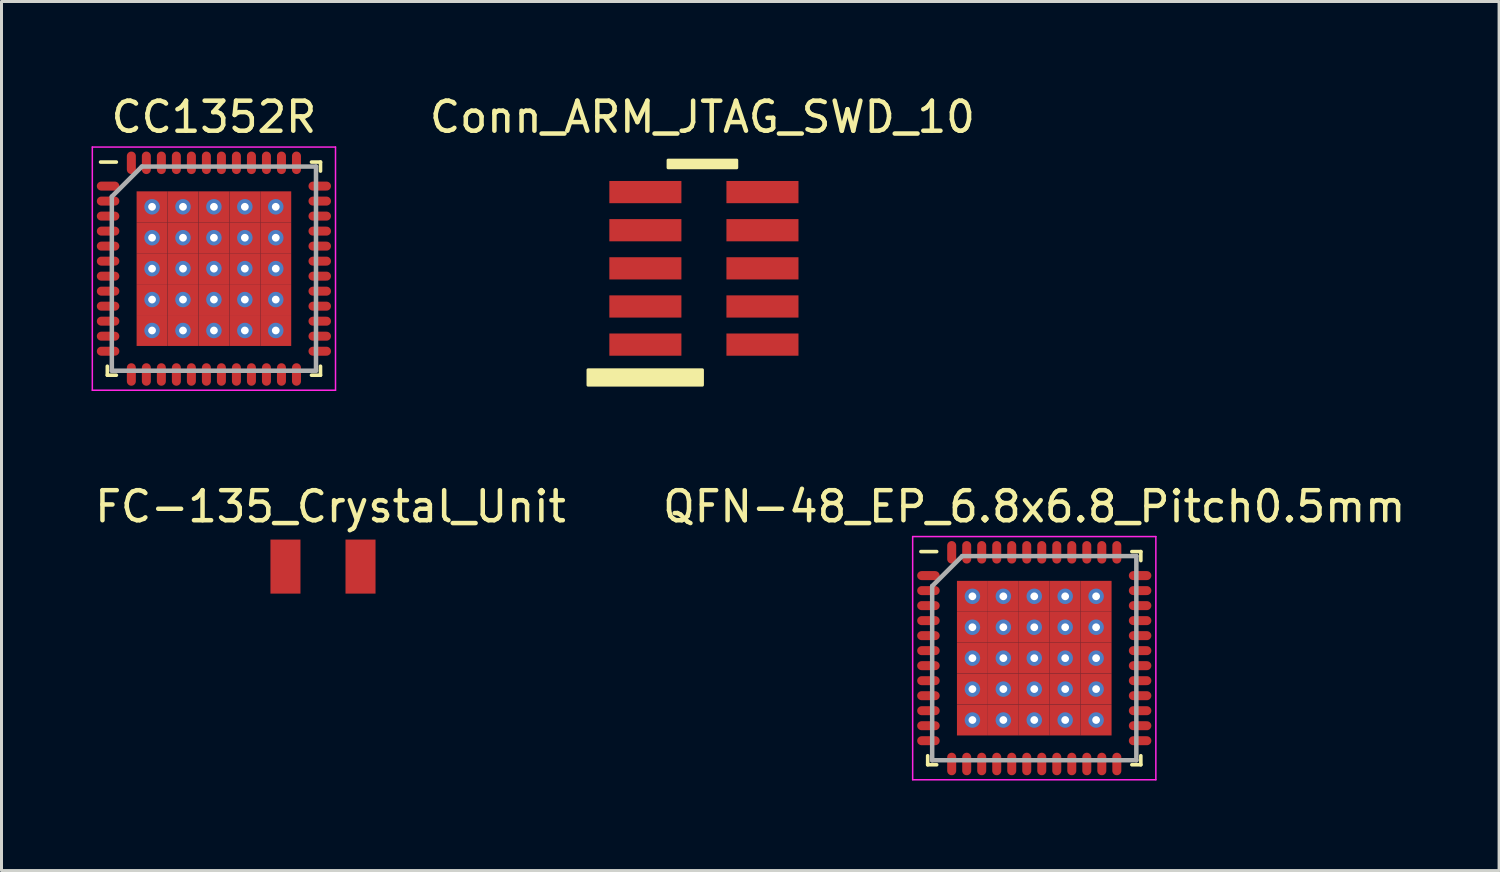
<source format=kicad_pcb>
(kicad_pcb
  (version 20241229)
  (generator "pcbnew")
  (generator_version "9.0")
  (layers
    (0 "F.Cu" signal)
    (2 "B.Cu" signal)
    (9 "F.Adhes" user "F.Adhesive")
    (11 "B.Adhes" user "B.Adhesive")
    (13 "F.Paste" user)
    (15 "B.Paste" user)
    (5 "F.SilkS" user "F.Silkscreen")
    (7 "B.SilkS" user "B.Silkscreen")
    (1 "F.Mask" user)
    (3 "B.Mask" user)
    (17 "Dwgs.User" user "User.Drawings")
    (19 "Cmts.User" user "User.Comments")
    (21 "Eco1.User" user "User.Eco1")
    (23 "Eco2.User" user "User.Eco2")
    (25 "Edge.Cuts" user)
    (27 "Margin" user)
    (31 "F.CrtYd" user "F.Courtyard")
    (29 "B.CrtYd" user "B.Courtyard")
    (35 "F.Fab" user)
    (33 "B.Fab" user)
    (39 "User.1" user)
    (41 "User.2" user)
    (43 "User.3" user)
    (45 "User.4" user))
  (footprint "FC-135_Crystal_Unit"
    (layer "F.Cu")
    (at 7.958 15.822)
    (property "Reference" "FC-135_Crystal_Unit" (at 0 -2 0) (layer "F.SilkS") (effects (font (size 1 1) (thickness 0.15))))
    (attr through_hole)
    (pad "1" smd rect (at -1.5 0) (size 1 1.8) (layers "F.Cu" "F.Mask" "F.Paste"))
    (pad "2" smd rect (at 1 0) (size 1 1.8) (layers "F.Cu" "F.Mask" "F.Paste")))
  (footprint "CC1352R"
    (layer "F.Cu")
    (at 4.075 5.898)
    (property "Reference" "CC1352R" (at 0 -5.05 0) (layer "F.SilkS") (effects (font (size 1 1) (thickness 0.15))))
    (attr smd)
    (fp_line (start -3.55 3.55) (end -3.55 3.25) (stroke (width 0.12) (type solid)) (layer "F.SilkS"))
    (fp_line (start -3.25 -3.55) (end -3.775 -3.55) (stroke (width 0.12) (type solid)) (layer "F.SilkS"))
    (fp_line (start -3.25 3.55) (end -3.55 3.55) (stroke (width 0.12) (type solid)) (layer "F.SilkS"))
    (fp_line (start 3.25 -3.55) (end 3.55 -3.55) (stroke (width 0.12) (type solid)) (layer "F.SilkS"))
    (fp_line (start 3.25 3.55) (end 3.55 3.55) (stroke (width 0.12) (type solid)) (layer "F.SilkS"))
    (fp_line (start 3.55 -3.55) (end 3.55 -3.25) (stroke (width 0.12) (type solid)) (layer "F.SilkS"))
    (fp_line (start 3.55 3.55) (end 3.55 3.25) (stroke (width 0.12) (type solid)) (layer "F.SilkS"))
    (fp_line (start -4.05 -4.05) (end 4.05 -4.05) (stroke (width 0.05) (type solid)) (layer "F.CrtYd"))
    (fp_line (start -4.05 4.05) (end -4.05 -4.05) (stroke (width 0.05) (type solid)) (layer "F.CrtYd"))
    (fp_line (start 4.05 -4.05) (end 4.05 4.05) (stroke (width 0.05) (type solid)) (layer "F.CrtYd"))
    (fp_line (start 4.05 4.05) (end -4.05 4.05) (stroke (width 0.05) (type solid)) (layer "F.CrtYd"))
    (fp_line (start -3.4 -2.4) (end -3.4 3.4) (stroke (width 0.15) (type solid)) (layer "F.Fab"))
    (fp_line (start -3.4 3.4) (end 3.4 3.4) (stroke (width 0.15) (type solid)) (layer "F.Fab"))
    (fp_line (start -2.4 -3.4) (end -3.4 -2.4) (stroke (width 0.15) (type solid)) (layer "F.Fab"))
    (fp_line (start 3.4 -3.4) (end -2.4 -3.4) (stroke (width 0.15) (type solid)) (layer "F.Fab"))
    (fp_line (start 3.4 3.4) (end 3.4 -3.4) (stroke (width 0.15) (type solid)) (layer "F.Fab"))
    (pad "1" smd oval (at -3.525 -2.75 90) (size 0.3 0.75) (layers "F.Cu" "F.Mask" "F.Paste"))
    (pad "2" smd oval (at -3.525 -2.25 90) (size 0.3 0.75) (layers "F.Cu" "F.Mask" "F.Paste"))
    (pad "3" smd oval (at -3.525 -1.75 90) (size 0.3 0.75) (layers "F.Cu" "F.Mask" "F.Paste"))
    (pad "4" smd oval (at -3.525 -1.25 90) (size 0.3 0.75) (layers "F.Cu" "F.Mask" "F.Paste"))
    (pad "5" smd oval (at -3.525 -0.75 90) (size 0.3 0.75) (layers "F.Cu" "F.Mask" "F.Paste"))
    (pad "6" smd oval (at -3.525 -0.25 90) (size 0.3 0.75) (layers "F.Cu" "F.Mask" "F.Paste"))
    (pad "7" smd oval (at -3.525 0.25 90) (size 0.3 0.75) (layers "F.Cu" "F.Mask" "F.Paste"))
    (pad "8" smd oval (at -3.525 0.75 90) (size 0.3 0.75) (layers "F.Cu" "F.Mask" "F.Paste"))
    (pad "9" smd oval (at -3.525 1.25 90) (size 0.3 0.75) (layers "F.Cu" "F.Mask" "F.Paste"))
    (pad "10" smd oval (at -3.525 1.75 90) (size 0.3 0.75) (layers "F.Cu" "F.Mask" "F.Paste"))
    (pad "11" smd oval (at -3.525 2.25 90) (size 0.3 0.75) (layers "F.Cu" "F.Mask" "F.Paste"))
    (pad "12" smd oval (at -3.525 2.75 90) (size 0.3 0.75) (layers "F.Cu" "F.Mask" "F.Paste"))
    (pad "13" smd oval (at -2.75 3.525) (size 0.3 0.75) (layers "F.Cu" "F.Mask" "F.Paste"))
    (pad "14" smd oval (at -2.25 3.525) (size 0.3 0.75) (layers "F.Cu" "F.Mask" "F.Paste"))
    (pad "15" smd oval (at -1.75 3.525) (size 0.3 0.75) (layers "F.Cu" "F.Mask" "F.Paste"))
    (pad "16" smd oval (at -1.25 3.525) (size 0.3 0.75) (layers "F.Cu" "F.Mask" "F.Paste"))
    (pad "17" smd oval (at -0.75 3.525) (size 0.3 0.75) (layers "F.Cu" "F.Mask" "F.Paste"))
    (pad "18" smd oval (at -0.25 3.525) (size 0.3 0.75) (layers "F.Cu" "F.Mask" "F.Paste"))
    (pad "19" smd oval (at 0.25 3.525) (size 0.3 0.75) (layers "F.Cu" "F.Mask" "F.Paste"))
    (pad "20" smd oval (at 0.75 3.525) (size 0.3 0.75) (layers "F.Cu" "F.Mask" "F.Paste"))
    (pad "21" smd oval (at 1.25 3.525) (size 0.3 0.75) (layers "F.Cu" "F.Mask" "F.Paste"))
    (pad "22" smd oval (at 1.75 3.525) (size 0.3 0.75) (layers "F.Cu" "F.Mask" "F.Paste"))
    (pad "23" smd oval (at 2.25 3.525) (size 0.3 0.75) (layers "F.Cu" "F.Mask" "F.Paste"))
    (pad "24" smd oval (at 2.75 3.525) (size 0.3 0.75) (layers "F.Cu" "F.Mask" "F.Paste"))
    (pad "25" smd oval (at 3.525 2.75 90) (size 0.3 0.75) (layers "F.Cu" "F.Mask" "F.Paste"))
    (pad "26" smd oval (at 3.525 2.25 90) (size 0.3 0.75) (layers "F.Cu" "F.Mask" "F.Paste"))
    (pad "27" smd oval (at 3.525 1.75 90) (size 0.3 0.75) (layers "F.Cu" "F.Mask" "F.Paste"))
    (pad "28" smd oval (at 3.525 1.25 90) (size 0.3 0.75) (layers "F.Cu" "F.Mask" "F.Paste"))
    (pad "29" smd oval (at 3.525 0.75 90) (size 0.3 0.75) (layers "F.Cu" "F.Mask" "F.Paste"))
    (pad "30" smd oval (at 3.525 0.25 90) (size 0.3 0.75) (layers "F.Cu" "F.Mask" "F.Paste"))
    (pad "31" smd oval (at 3.525 -0.25 90) (size 0.3 0.75) (layers "F.Cu" "F.Mask" "F.Paste"))
    (pad "32" smd oval (at 3.525 -0.75 90) (size 0.3 0.75) (layers "F.Cu" "F.Mask" "F.Paste"))
    (pad "33" smd oval (at 3.525 -1.25 90) (size 0.3 0.75) (layers "F.Cu" "F.Mask" "F.Paste"))
    (pad "34" smd oval (at 3.525 -1.75 90) (size 0.3 0.75) (layers "F.Cu" "F.Mask" "F.Paste"))
    (pad "35" smd oval (at 3.525 -2.25 90) (size 0.3 0.75) (layers "F.Cu" "F.Mask" "F.Paste"))
    (pad "36" smd oval (at 3.525 -2.75 90) (size 0.3 0.75) (layers "F.Cu" "F.Mask" "F.Paste"))
    (pad "37" smd oval (at 2.75 -3.525) (size 0.3 0.75) (layers "F.Cu" "F.Mask" "F.Paste"))
    (pad "38" smd oval (at 2.25 -3.525) (size 0.3 0.75) (layers "F.Cu" "F.Mask" "F.Paste"))
    (pad "39" smd oval (at 1.75 -3.525) (size 0.3 0.75) (layers "F.Cu" "F.Mask" "F.Paste"))
    (pad "40" smd oval (at 1.25 -3.525) (size 0.3 0.75) (layers "F.Cu" "F.Mask" "F.Paste"))
    (pad "41" smd oval (at 0.75 -3.525) (size 0.3 0.75) (layers "F.Cu" "F.Mask" "F.Paste"))
    (pad "42" smd oval (at 0.25 -3.525) (size 0.3 0.75) (layers "F.Cu" "F.Mask" "F.Paste"))
    (pad "43" smd oval (at -0.25 -3.525) (size 0.3 0.75) (layers "F.Cu" "F.Mask" "F.Paste"))
    (pad "44" smd oval (at -0.75 -3.525) (size 0.3 0.75) (layers "F.Cu" "F.Mask" "F.Paste"))
    (pad "45" smd oval (at -1.25 -3.525) (size 0.3 0.75) (layers "F.Cu" "F.Mask" "F.Paste"))
    (pad "46" smd oval (at -1.75 -3.525) (size 0.3 0.75) (layers "F.Cu" "F.Mask" "F.Paste"))
    (pad "47" smd oval (at -2.25 -3.525) (size 0.3 0.75) (layers "F.Cu" "F.Mask" "F.Paste"))
    (pad "48" smd oval (at -2.75 -3.525) (size 0.3 0.75) (layers "F.Cu" "F.Mask" "F.Paste"))
    (pad "49" thru_hole circle (at -2.06 -2.06) (size 0.515 0.515) (drill 0.258) (layers "*.Cu" "*.Mask"))
    (pad "49" smd rect (at -2.06 -2.06) (size 1.03 1.03) (layers "F.Cu" "F.Mask" "F.Paste"))
    (pad "49" thru_hole circle (at -2.06 -1.03) (size 0.515 0.515) (drill 0.258) (layers "*.Cu" "*.Mask"))
    (pad "49" smd rect (at -2.06 -1.03) (size 1.03 1.03) (layers "F.Cu" "F.Mask" "F.Paste"))
    (pad "49" thru_hole circle (at -2.06 0) (size 0.515 0.515) (drill 0.258) (layers "*.Cu" "*.Mask"))
    (pad "49" smd rect (at -2.06 0) (size 1.03 1.03) (layers "F.Cu" "F.Mask" "F.Paste"))
    (pad "49" thru_hole circle (at -2.06 1.03) (size 0.515 0.515) (drill 0.258) (layers "*.Cu" "*.Mask"))
    (pad "49" smd rect (at -2.06 1.03) (size 1.03 1.03) (layers "F.Cu" "F.Mask" "F.Paste"))
    (pad "49" thru_hole circle (at -2.06 2.06) (size 0.515 0.515) (drill 0.258) (layers "*.Cu" "*.Mask"))
    (pad "49" smd rect (at -2.06 2.06) (size 1.03 1.03) (layers "F.Cu" "F.Mask" "F.Paste"))
    (pad "49" thru_hole circle (at -1.03 -2.06) (size 0.515 0.515) (drill 0.258) (layers "*.Cu" "*.Mask"))
    (pad "49" smd rect (at -1.03 -2.06) (size 1.03 1.03) (layers "F.Cu" "F.Mask" "F.Paste"))
    (pad "49" thru_hole circle (at -1.03 -1.03) (size 0.515 0.515) (drill 0.258) (layers "*.Cu" "*.Mask"))
    (pad "49" smd rect (at -1.03 -1.03) (size 1.03 1.03) (layers "F.Cu" "F.Mask" "F.Paste"))
    (pad "49" thru_hole circle (at -1.03 0) (size 0.515 0.515) (drill 0.258) (layers "*.Cu" "*.Mask"))
    (pad "49" smd rect (at -1.03 0) (size 1.03 1.03) (layers "F.Cu" "F.Mask" "F.Paste"))
    (pad "49" thru_hole circle (at -1.03 1.03) (size 0.515 0.515) (drill 0.258) (layers "*.Cu" "*.Mask"))
    (pad "49" smd rect (at -1.03 1.03) (size 1.03 1.03) (layers "F.Cu" "F.Mask" "F.Paste"))
    (pad "49" thru_hole circle (at -1.03 2.06) (size 0.515 0.515) (drill 0.258) (layers "*.Cu" "*.Mask"))
    (pad "49" smd rect (at -1.03 2.06) (size 1.03 1.03) (layers "F.Cu" "F.Mask" "F.Paste"))
    (pad "49" thru_hole circle (at 0 -2.06) (size 0.515 0.515) (drill 0.258) (layers "*.Cu" "*.Mask"))
    (pad "49" smd rect (at 0 -2.06) (size 1.03 1.03) (layers "F.Cu" "F.Mask" "F.Paste"))
    (pad "49" thru_hole circle (at 0 -1.03) (size 0.515 0.515) (drill 0.258) (layers "*.Cu" "*.Mask"))
    (pad "49" smd rect (at 0 -1.03) (size 1.03 1.03) (layers "F.Cu" "F.Mask" "F.Paste"))
    (pad "49" thru_hole circle (at 0 0) (size 0.515 0.515) (drill 0.258) (layers "*.Cu" "*.Mask"))
    (pad "49" smd rect (at 0 0) (size 1.03 1.03) (layers "F.Cu" "F.Mask" "F.Paste"))
    (pad "49" thru_hole circle (at 0 1.03) (size 0.515 0.515) (drill 0.258) (layers "*.Cu" "*.Mask"))
    (pad "49" smd rect (at 0 1.03) (size 1.03 1.03) (layers "F.Cu" "F.Mask" "F.Paste"))
    (pad "49" thru_hole circle (at 0 2.06) (size 0.515 0.515) (drill 0.258) (layers "*.Cu" "*.Mask"))
    (pad "49" smd rect (at 0 2.06) (size 1.03 1.03) (layers "F.Cu" "F.Mask" "F.Paste"))
    (pad "49" thru_hole circle (at 1.03 -2.06) (size 0.515 0.515) (drill 0.258) (layers "*.Cu" "*.Mask"))
    (pad "49" smd rect (at 1.03 -2.06) (size 1.03 1.03) (layers "F.Cu" "F.Mask" "F.Paste"))
    (pad "49" thru_hole circle (at 1.03 -1.03) (size 0.515 0.515) (drill 0.258) (layers "*.Cu" "*.Mask"))
    (pad "49" smd rect (at 1.03 -1.03) (size 1.03 1.03) (layers "F.Cu" "F.Mask" "F.Paste"))
    (pad "49" thru_hole circle (at 1.03 0) (size 0.515 0.515) (drill 0.258) (layers "*.Cu" "*.Mask"))
    (pad "49" smd rect (at 1.03 0) (size 1.03 1.03) (layers "F.Cu" "F.Mask" "F.Paste"))
    (pad "49" thru_hole circle (at 1.03 1.03) (size 0.515 0.515) (drill 0.258) (layers "*.Cu" "*.Mask"))
    (pad "49" smd rect (at 1.03 1.03) (size 1.03 1.03) (layers "F.Cu" "F.Mask" "F.Paste"))
    (pad "49" thru_hole circle (at 1.03 2.06) (size 0.515 0.515) (drill 0.258) (layers "*.Cu" "*.Mask"))
    (pad "49" smd rect (at 1.03 2.06) (size 1.03 1.03) (layers "F.Cu" "F.Mask" "F.Paste"))
    (pad "49" thru_hole circle (at 2.06 -2.06) (size 0.515 0.515) (drill 0.258) (layers "*.Cu" "*.Mask"))
    (pad "49" smd rect (at 2.06 -2.06) (size 1.03 1.03) (layers "F.Cu" "F.Mask" "F.Paste"))
    (pad "49" thru_hole circle (at 2.06 -1.03) (size 0.515 0.515) (drill 0.258) (layers "*.Cu" "*.Mask"))
    (pad "49" smd rect (at 2.06 -1.03) (size 1.03 1.03) (layers "F.Cu" "F.Mask" "F.Paste"))
    (pad "49" thru_hole circle (at 2.06 0) (size 0.515 0.515) (drill 0.258) (layers "*.Cu" "*.Mask"))
    (pad "49" smd rect (at 2.06 0) (size 1.03 1.03) (layers "F.Cu" "F.Mask" "F.Paste"))
    (pad "49" thru_hole circle (at 2.06 1.03) (size 0.515 0.515) (drill 0.258) (layers "*.Cu" "*.Mask"))
    (pad "49" smd rect (at 2.06 1.03) (size 1.03 1.03) (layers "F.Cu" "F.Mask" "F.Paste"))
    (pad "49" thru_hole circle (at 2.06 2.06) (size 0.515 0.515) (drill 0.258) (layers "*.Cu" "*.Mask"))
    (pad "49" smd rect (at 2.06 2.06) (size 1.03 1.03) (layers "F.Cu" "F.Mask" "F.Paste")))
  (footprint "QFN-48_EP_6.8x6.8_Pitch0.5mm"
    (layer "F.Cu")
    (at 31.399 18.872)
    (property "Reference" "QFN-48_EP_6.8x6.8_Pitch0.5mm" (at 0 -5.05 0) (layer "F.SilkS") (effects (font (size 1 1) (thickness 0.15))))
    (attr smd)
    (fp_line (start -3.55 3.55) (end -3.55 3.25) (stroke (width 0.12) (type solid)) (layer "F.SilkS"))
    (fp_line (start -3.25 -3.55) (end -3.775 -3.55) (stroke (width 0.12) (type solid)) (layer "F.SilkS"))
    (fp_line (start -3.25 3.55) (end -3.55 3.55) (stroke (width 0.12) (type solid)) (layer "F.SilkS"))
    (fp_line (start 3.25 -3.55) (end 3.55 -3.55) (stroke (width 0.12) (type solid)) (layer "F.SilkS"))
    (fp_line (start 3.25 3.55) (end 3.55 3.55) (stroke (width 0.12) (type solid)) (layer "F.SilkS"))
    (fp_line (start 3.55 -3.55) (end 3.55 -3.25) (stroke (width 0.12) (type solid)) (layer "F.SilkS"))
    (fp_line (start 3.55 3.55) (end 3.55 3.25) (stroke (width 0.12) (type solid)) (layer "F.SilkS"))
    (fp_line (start -4.05 -4.05) (end 4.05 -4.05) (stroke (width 0.05) (type solid)) (layer "F.CrtYd"))
    (fp_line (start -4.05 4.05) (end -4.05 -4.05) (stroke (width 0.05) (type solid)) (layer "F.CrtYd"))
    (fp_line (start 4.05 -4.05) (end 4.05 4.05) (stroke (width 0.05) (type solid)) (layer "F.CrtYd"))
    (fp_line (start 4.05 4.05) (end -4.05 4.05) (stroke (width 0.05) (type solid)) (layer "F.CrtYd"))
    (fp_line (start -3.4 -2.4) (end -3.4 3.4) (stroke (width 0.15) (type solid)) (layer "F.Fab"))
    (fp_line (start -3.4 3.4) (end 3.4 3.4) (stroke (width 0.15) (type solid)) (layer "F.Fab"))
    (fp_line (start -2.4 -3.4) (end -3.4 -2.4) (stroke (width 0.15) (type solid)) (layer "F.Fab"))
    (fp_line (start 3.4 -3.4) (end -2.4 -3.4) (stroke (width 0.15) (type solid)) (layer "F.Fab"))
    (fp_line (start 3.4 3.4) (end 3.4 -3.4) (stroke (width 0.15) (type solid)) (layer "F.Fab"))
    (pad "1" smd oval (at -3.525 -2.75 90) (size 0.3 0.75) (layers "F.Cu" "F.Mask" "F.Paste"))
    (pad "2" smd oval (at -3.525 -2.25 90) (size 0.3 0.75) (layers "F.Cu" "F.Mask" "F.Paste"))
    (pad "3" smd oval (at -3.525 -1.75 90) (size 0.3 0.75) (layers "F.Cu" "F.Mask" "F.Paste"))
    (pad "4" smd oval (at -3.525 -1.25 90) (size 0.3 0.75) (layers "F.Cu" "F.Mask" "F.Paste"))
    (pad "5" smd oval (at -3.525 -0.75 90) (size 0.3 0.75) (layers "F.Cu" "F.Mask" "F.Paste"))
    (pad "6" smd oval (at -3.525 -0.25 90) (size 0.3 0.75) (layers "F.Cu" "F.Mask" "F.Paste"))
    (pad "7" smd oval (at -3.525 0.25 90) (size 0.3 0.75) (layers "F.Cu" "F.Mask" "F.Paste"))
    (pad "8" smd oval (at -3.525 0.75 90) (size 0.3 0.75) (layers "F.Cu" "F.Mask" "F.Paste"))
    (pad "9" smd oval (at -3.525 1.25 90) (size 0.3 0.75) (layers "F.Cu" "F.Mask" "F.Paste"))
    (pad "10" smd oval (at -3.525 1.75 90) (size 0.3 0.75) (layers "F.Cu" "F.Mask" "F.Paste"))
    (pad "11" smd oval (at -3.525 2.25 90) (size 0.3 0.75) (layers "F.Cu" "F.Mask" "F.Paste"))
    (pad "12" smd oval (at -3.525 2.75 90) (size 0.3 0.75) (layers "F.Cu" "F.Mask" "F.Paste"))
    (pad "13" smd oval (at -2.75 3.525) (size 0.3 0.75) (layers "F.Cu" "F.Mask" "F.Paste"))
    (pad "14" smd oval (at -2.25 3.525) (size 0.3 0.75) (layers "F.Cu" "F.Mask" "F.Paste"))
    (pad "15" smd oval (at -1.75 3.525) (size 0.3 0.75) (layers "F.Cu" "F.Mask" "F.Paste"))
    (pad "16" smd oval (at -1.25 3.525) (size 0.3 0.75) (layers "F.Cu" "F.Mask" "F.Paste"))
    (pad "17" smd oval (at -0.75 3.525) (size 0.3 0.75) (layers "F.Cu" "F.Mask" "F.Paste"))
    (pad "18" smd oval (at -0.25 3.525) (size 0.3 0.75) (layers "F.Cu" "F.Mask" "F.Paste"))
    (pad "19" smd oval (at 0.25 3.525) (size 0.3 0.75) (layers "F.Cu" "F.Mask" "F.Paste"))
    (pad "20" smd oval (at 0.75 3.525) (size 0.3 0.75) (layers "F.Cu" "F.Mask" "F.Paste"))
    (pad "21" smd oval (at 1.25 3.525) (size 0.3 0.75) (layers "F.Cu" "F.Mask" "F.Paste"))
    (pad "22" smd oval (at 1.75 3.525) (size 0.3 0.75) (layers "F.Cu" "F.Mask" "F.Paste"))
    (pad "23" smd oval (at 2.25 3.525) (size 0.3 0.75) (layers "F.Cu" "F.Mask" "F.Paste"))
    (pad "24" smd oval (at 2.75 3.525) (size 0.3 0.75) (layers "F.Cu" "F.Mask" "F.Paste"))
    (pad "25" smd oval (at 3.525 2.75 90) (size 0.3 0.75) (layers "F.Cu" "F.Mask" "F.Paste"))
    (pad "26" smd oval (at 3.525 2.25 90) (size 0.3 0.75) (layers "F.Cu" "F.Mask" "F.Paste"))
    (pad "27" smd oval (at 3.525 1.75 90) (size 0.3 0.75) (layers "F.Cu" "F.Mask" "F.Paste"))
    (pad "28" smd oval (at 3.525 1.25 90) (size 0.3 0.75) (layers "F.Cu" "F.Mask" "F.Paste"))
    (pad "29" smd oval (at 3.525 0.75 90) (size 0.3 0.75) (layers "F.Cu" "F.Mask" "F.Paste"))
    (pad "30" smd oval (at 3.525 0.25 90) (size 0.3 0.75) (layers "F.Cu" "F.Mask" "F.Paste"))
    (pad "31" smd oval (at 3.525 -0.25 90) (size 0.3 0.75) (layers "F.Cu" "F.Mask" "F.Paste"))
    (pad "32" smd oval (at 3.525 -0.75 90) (size 0.3 0.75) (layers "F.Cu" "F.Mask" "F.Paste"))
    (pad "33" smd oval (at 3.525 -1.25 90) (size 0.3 0.75) (layers "F.Cu" "F.Mask" "F.Paste"))
    (pad "34" smd oval (at 3.525 -1.75 90) (size 0.3 0.75) (layers "F.Cu" "F.Mask" "F.Paste"))
    (pad "35" smd oval (at 3.525 -2.25 90) (size 0.3 0.75) (layers "F.Cu" "F.Mask" "F.Paste"))
    (pad "36" smd oval (at 3.525 -2.75 90) (size 0.3 0.75) (layers "F.Cu" "F.Mask" "F.Paste"))
    (pad "37" smd oval (at 2.75 -3.525) (size 0.3 0.75) (layers "F.Cu" "F.Mask" "F.Paste"))
    (pad "38" smd oval (at 2.25 -3.525) (size 0.3 0.75) (layers "F.Cu" "F.Mask" "F.Paste"))
    (pad "39" smd oval (at 1.75 -3.525) (size 0.3 0.75) (layers "F.Cu" "F.Mask" "F.Paste"))
    (pad "40" smd oval (at 1.25 -3.525) (size 0.3 0.75) (layers "F.Cu" "F.Mask" "F.Paste"))
    (pad "41" smd oval (at 0.75 -3.525) (size 0.3 0.75) (layers "F.Cu" "F.Mask" "F.Paste"))
    (pad "42" smd oval (at 0.25 -3.525) (size 0.3 0.75) (layers "F.Cu" "F.Mask" "F.Paste"))
    (pad "43" smd oval (at -0.25 -3.525) (size 0.3 0.75) (layers "F.Cu" "F.Mask" "F.Paste"))
    (pad "44" smd oval (at -0.75 -3.525) (size 0.3 0.75) (layers "F.Cu" "F.Mask" "F.Paste"))
    (pad "45" smd oval (at -1.25 -3.525) (size 0.3 0.75) (layers "F.Cu" "F.Mask" "F.Paste"))
    (pad "46" smd oval (at -1.75 -3.525) (size 0.3 0.75) (layers "F.Cu" "F.Mask" "F.Paste"))
    (pad "47" smd oval (at -2.25 -3.525) (size 0.3 0.75) (layers "F.Cu" "F.Mask" "F.Paste"))
    (pad "48" smd oval (at -2.75 -3.525) (size 0.3 0.75) (layers "F.Cu" "F.Mask" "F.Paste"))
    (pad "49" thru_hole circle (at -2.06 -2.06) (size 0.515 0.515) (drill 0.258) (layers "*.Cu" "*.Mask"))
    (pad "49" smd rect (at -2.06 -2.06) (size 1.03 1.03) (layers "F.Cu" "F.Mask" "F.Paste"))
    (pad "49" thru_hole circle (at -2.06 -1.03) (size 0.515 0.515) (drill 0.258) (layers "*.Cu" "*.Mask"))
    (pad "49" smd rect (at -2.06 -1.03) (size 1.03 1.03) (layers "F.Cu" "F.Mask" "F.Paste"))
    (pad "49" thru_hole circle (at -2.06 0) (size 0.515 0.515) (drill 0.258) (layers "*.Cu" "*.Mask"))
    (pad "49" smd rect (at -2.06 0) (size 1.03 1.03) (layers "F.Cu" "F.Mask" "F.Paste"))
    (pad "49" thru_hole circle (at -2.06 1.03) (size 0.515 0.515) (drill 0.258) (layers "*.Cu" "*.Mask"))
    (pad "49" smd rect (at -2.06 1.03) (size 1.03 1.03) (layers "F.Cu" "F.Mask" "F.Paste"))
    (pad "49" thru_hole circle (at -2.06 2.06) (size 0.515 0.515) (drill 0.258) (layers "*.Cu" "*.Mask"))
    (pad "49" smd rect (at -2.06 2.06) (size 1.03 1.03) (layers "F.Cu" "F.Mask" "F.Paste"))
    (pad "49" thru_hole circle (at -1.03 -2.06) (size 0.515 0.515) (drill 0.258) (layers "*.Cu" "*.Mask"))
    (pad "49" smd rect (at -1.03 -2.06) (size 1.03 1.03) (layers "F.Cu" "F.Mask" "F.Paste"))
    (pad "49" thru_hole circle (at -1.03 -1.03) (size 0.515 0.515) (drill 0.258) (layers "*.Cu" "*.Mask"))
    (pad "49" smd rect (at -1.03 -1.03) (size 1.03 1.03) (layers "F.Cu" "F.Mask" "F.Paste"))
    (pad "49" thru_hole circle (at -1.03 0) (size 0.515 0.515) (drill 0.258) (layers "*.Cu" "*.Mask"))
    (pad "49" smd rect (at -1.03 0) (size 1.03 1.03) (layers "F.Cu" "F.Mask" "F.Paste"))
    (pad "49" thru_hole circle (at -1.03 1.03) (size 0.515 0.515) (drill 0.258) (layers "*.Cu" "*.Mask"))
    (pad "49" smd rect (at -1.03 1.03) (size 1.03 1.03) (layers "F.Cu" "F.Mask" "F.Paste"))
    (pad "49" thru_hole circle (at -1.03 2.06) (size 0.515 0.515) (drill 0.258) (layers "*.Cu" "*.Mask"))
    (pad "49" smd rect (at -1.03 2.06) (size 1.03 1.03) (layers "F.Cu" "F.Mask" "F.Paste"))
    (pad "49" thru_hole circle (at 0 -2.06) (size 0.515 0.515) (drill 0.258) (layers "*.Cu" "*.Mask"))
    (pad "49" smd rect (at 0 -2.06) (size 1.03 1.03) (layers "F.Cu" "F.Mask" "F.Paste"))
    (pad "49" thru_hole circle (at 0 -1.03) (size 0.515 0.515) (drill 0.258) (layers "*.Cu" "*.Mask"))
    (pad "49" smd rect (at 0 -1.03) (size 1.03 1.03) (layers "F.Cu" "F.Mask" "F.Paste"))
    (pad "49" thru_hole circle (at 0 0) (size 0.515 0.515) (drill 0.258) (layers "*.Cu" "*.Mask"))
    (pad "49" smd rect (at 0 0) (size 1.03 1.03) (layers "F.Cu" "F.Mask" "F.Paste"))
    (pad "49" thru_hole circle (at 0 1.03) (size 0.515 0.515) (drill 0.258) (layers "*.Cu" "*.Mask"))
    (pad "49" smd rect (at 0 1.03) (size 1.03 1.03) (layers "F.Cu" "F.Mask" "F.Paste"))
    (pad "49" thru_hole circle (at 0 2.06) (size 0.515 0.515) (drill 0.258) (layers "*.Cu" "*.Mask"))
    (pad "49" smd rect (at 0 2.06) (size 1.03 1.03) (layers "F.Cu" "F.Mask" "F.Paste"))
    (pad "49" thru_hole circle (at 1.03 -2.06) (size 0.515 0.515) (drill 0.258) (layers "*.Cu" "*.Mask"))
    (pad "49" smd rect (at 1.03 -2.06) (size 1.03 1.03) (layers "F.Cu" "F.Mask" "F.Paste"))
    (pad "49" thru_hole circle (at 1.03 -1.03) (size 0.515 0.515) (drill 0.258) (layers "*.Cu" "*.Mask"))
    (pad "49" smd rect (at 1.03 -1.03) (size 1.03 1.03) (layers "F.Cu" "F.Mask" "F.Paste"))
    (pad "49" thru_hole circle (at 1.03 0) (size 0.515 0.515) (drill 0.258) (layers "*.Cu" "*.Mask"))
    (pad "49" smd rect (at 1.03 0) (size 1.03 1.03) (layers "F.Cu" "F.Mask" "F.Paste"))
    (pad "49" thru_hole circle (at 1.03 1.03) (size 0.515 0.515) (drill 0.258) (layers "*.Cu" "*.Mask"))
    (pad "49" smd rect (at 1.03 1.03) (size 1.03 1.03) (layers "F.Cu" "F.Mask" "F.Paste"))
    (pad "49" thru_hole circle (at 1.03 2.06) (size 0.515 0.515) (drill 0.258) (layers "*.Cu" "*.Mask"))
    (pad "49" smd rect (at 1.03 2.06) (size 1.03 1.03) (layers "F.Cu" "F.Mask" "F.Paste"))
    (pad "49" thru_hole circle (at 2.06 -2.06) (size 0.515 0.515) (drill 0.258) (layers "*.Cu" "*.Mask"))
    (pad "49" smd rect (at 2.06 -2.06) (size 1.03 1.03) (layers "F.Cu" "F.Mask" "F.Paste"))
    (pad "49" thru_hole circle (at 2.06 -1.03) (size 0.515 0.515) (drill 0.258) (layers "*.Cu" "*.Mask"))
    (pad "49" smd rect (at 2.06 -1.03) (size 1.03 1.03) (layers "F.Cu" "F.Mask" "F.Paste"))
    (pad "49" thru_hole circle (at 2.06 0) (size 0.515 0.515) (drill 0.258) (layers "*.Cu" "*.Mask"))
    (pad "49" smd rect (at 2.06 0) (size 1.03 1.03) (layers "F.Cu" "F.Mask" "F.Paste"))
    (pad "49" thru_hole circle (at 2.06 1.03) (size 0.515 0.515) (drill 0.258) (layers "*.Cu" "*.Mask"))
    (pad "49" smd rect (at 2.06 1.03) (size 1.03 1.03) (layers "F.Cu" "F.Mask" "F.Paste"))
    (pad "49" thru_hole circle (at 2.06 2.06) (size 0.515 0.515) (drill 0.258) (layers "*.Cu" "*.Mask"))
    (pad "49" smd rect (at 2.06 2.06) (size 1.03 1.03) (layers "F.Cu" "F.Mask" "F.Paste")))
  (footprint "Conn_ARM_JTAG_SWD_10"
    (layer "F.Cu")
    (at 20.346 6.348)
    (property "Reference" "Conn_ARM_JTAG_SWD_10" (at 0 -5.5 0) (layer "F.SilkS") (effects (font (size 1 1) (thickness 0.15))))
    (attr through_hole)
    (fp_poly (pts (xy 0 3.429) (xy -3.81 3.429) (xy -3.81 2.921) (xy 0 2.921)) (stroke (width 0.1) (type solid)) (fill yes) (layer "F.SilkS"))
    (fp_poly (pts (xy 1.143 -3.81) (xy -1.143 -3.81) (xy -1.143 -4.064) (xy 1.143 -4.064)) (stroke (width 0.1) (type solid)) (fill yes) (layer "F.SilkS"))
    (pad "1" smd rect (at -1.9 2.08) (size 2.4 0.74) (layers "F.Cu" "F.Mask" "F.Paste"))
    (pad "2" smd rect (at 2 2.08) (size 2.4 0.74) (layers "F.Cu" "F.Mask" "F.Paste"))
    (pad "3" smd rect (at -1.9 0.81) (size 2.4 0.74) (layers "F.Cu" "F.Mask" "F.Paste"))
    (pad "4" smd rect (at 2 0.81) (size 2.4 0.74) (layers "F.Cu" "F.Mask" "F.Paste"))
    (pad "5" smd rect (at -1.9 -0.46) (size 2.4 0.74) (layers "F.Cu" "F.Mask" "F.Paste"))
    (pad "6" smd rect (at 2 -0.46) (size 2.4 0.74) (layers "F.Cu" "F.Mask" "F.Paste"))
    (pad "7" smd rect (at -1.9 -1.73) (size 2.4 0.74) (layers "F.Cu" "F.Mask" "F.Paste"))
    (pad "8" smd rect (at 2 -1.73) (size 2.4 0.74) (layers "F.Cu" "F.Mask" "F.Paste"))
    (pad "9" smd rect (at -1.9 -3) (size 2.4 0.74) (layers "F.Cu" "F.Mask" "F.Paste"))
    (pad "10" smd rect (at 2 -3) (size 2.4 0.74) (layers "F.Cu" "F.Mask" "F.Paste")))
  (gr_rect
    (start -3 -3)
    (end 46.881 25.947)
    (stroke (width 0.1) (type default))
    (fill no)
    (layer "Edge.Cuts")))
</source>
